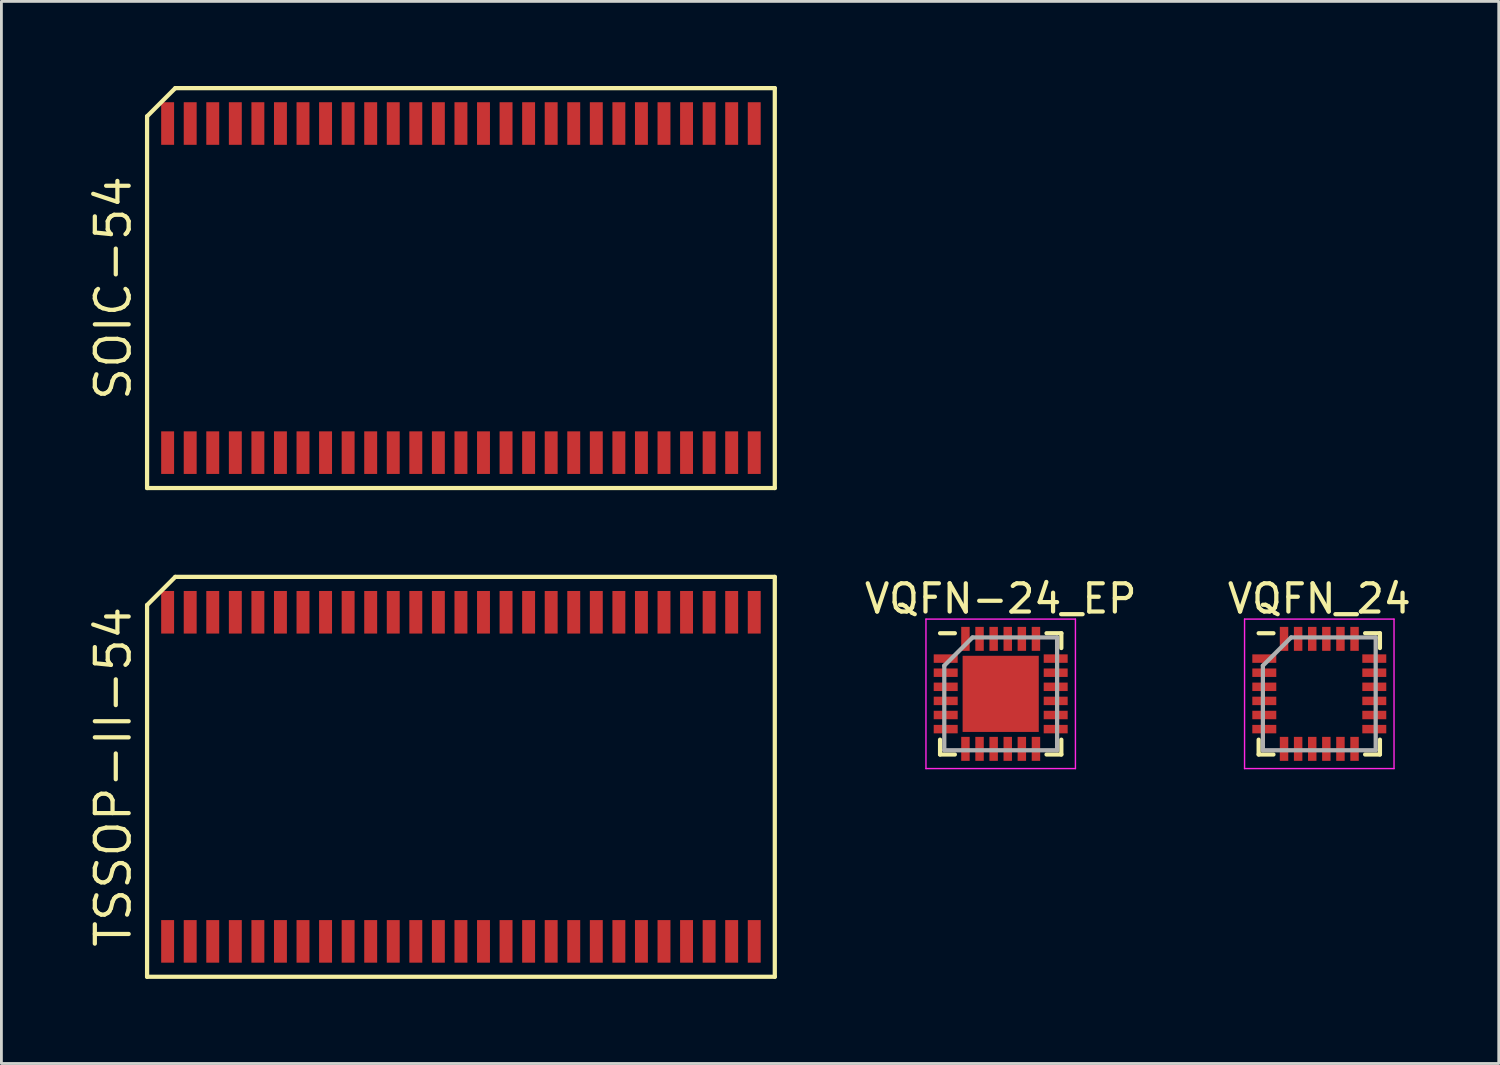
<source format=kicad_pcb>
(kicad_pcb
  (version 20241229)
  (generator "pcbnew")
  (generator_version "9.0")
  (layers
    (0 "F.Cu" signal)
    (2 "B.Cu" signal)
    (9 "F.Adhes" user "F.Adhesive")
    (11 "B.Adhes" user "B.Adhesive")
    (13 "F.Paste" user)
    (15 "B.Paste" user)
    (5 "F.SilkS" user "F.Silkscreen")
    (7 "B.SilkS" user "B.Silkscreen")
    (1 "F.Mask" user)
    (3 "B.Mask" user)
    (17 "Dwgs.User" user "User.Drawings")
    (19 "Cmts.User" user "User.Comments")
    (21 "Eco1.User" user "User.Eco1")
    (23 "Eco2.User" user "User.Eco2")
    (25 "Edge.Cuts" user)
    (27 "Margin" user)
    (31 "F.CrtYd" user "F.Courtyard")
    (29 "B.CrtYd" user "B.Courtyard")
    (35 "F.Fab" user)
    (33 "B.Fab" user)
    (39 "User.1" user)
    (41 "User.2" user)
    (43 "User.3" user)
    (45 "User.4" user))
  (footprint "TSSOP-II-54"
    (layer "F.Cu")
    (at 13.294 24.495)
    (property "Reference" "TSSOP-II-54" (at -12.329 0 90) (layer "F.SilkS") (effects (font (size 1.2 1.2) (thickness 0.15))))
    (attr through_hole)
    (fp_line (start -11.129 -6.09) (end -11.129 7.09) (stroke (width 0.15) (type solid)) (layer "F.SilkS"))
    (fp_line (start -11.129 7.09) (end 11.129 7.09) (stroke (width 0.15) (type solid)) (layer "F.SilkS"))
    (fp_line (start -10.129 -7.09) (end -11.129 -6.09) (stroke (width 0.15) (type solid)) (layer "F.SilkS"))
    (fp_line (start 11.129 -7.09) (end -10.129 -7.09) (stroke (width 0.15) (type solid)) (layer "F.SilkS"))
    (fp_line (start 11.129 7.09) (end 11.129 -7.09) (stroke (width 0.15) (type solid)) (layer "F.SilkS"))
    (pad "1" smd rect (at -10.4 5.835) (size 0.458 1.51) (layers "F.Cu" "F.Mask" "F.Paste"))
    (pad "2" smd rect (at -9.6 5.835) (size 0.458 1.51) (layers "F.Cu" "F.Mask" "F.Paste"))
    (pad "3" smd rect (at -8.8 5.835) (size 0.458 1.51) (layers "F.Cu" "F.Mask" "F.Paste"))
    (pad "4" smd rect (at -8 5.835) (size 0.458 1.51) (layers "F.Cu" "F.Mask" "F.Paste"))
    (pad "5" smd rect (at -7.2 5.835) (size 0.458 1.51) (layers "F.Cu" "F.Mask" "F.Paste"))
    (pad "6" smd rect (at -6.4 5.835) (size 0.458 1.51) (layers "F.Cu" "F.Mask" "F.Paste"))
    (pad "7" smd rect (at -5.6 5.835) (size 0.458 1.51) (layers "F.Cu" "F.Mask" "F.Paste"))
    (pad "8" smd rect (at -4.8 5.835) (size 0.458 1.51) (layers "F.Cu" "F.Mask" "F.Paste"))
    (pad "9" smd rect (at -4 5.835) (size 0.458 1.51) (layers "F.Cu" "F.Mask" "F.Paste"))
    (pad "10" smd rect (at -3.2 5.835) (size 0.458 1.51) (layers "F.Cu" "F.Mask" "F.Paste"))
    (pad "11" smd rect (at -2.4 5.835) (size 0.458 1.51) (layers "F.Cu" "F.Mask" "F.Paste"))
    (pad "12" smd rect (at -1.6 5.835) (size 0.458 1.51) (layers "F.Cu" "F.Mask" "F.Paste"))
    (pad "13" smd rect (at -0.8 5.835) (size 0.458 1.51) (layers "F.Cu" "F.Mask" "F.Paste"))
    (pad "14" smd rect (at 0 5.835) (size 0.458 1.51) (layers "F.Cu" "F.Mask" "F.Paste"))
    (pad "15" smd rect (at 0.8 5.835) (size 0.458 1.51) (layers "F.Cu" "F.Mask" "F.Paste"))
    (pad "16" smd rect (at 1.6 5.835) (size 0.458 1.51) (layers "F.Cu" "F.Mask" "F.Paste"))
    (pad "17" smd rect (at 2.4 5.835) (size 0.458 1.51) (layers "F.Cu" "F.Mask" "F.Paste"))
    (pad "18" smd rect (at 3.2 5.835) (size 0.458 1.51) (layers "F.Cu" "F.Mask" "F.Paste"))
    (pad "19" smd rect (at 4 5.835) (size 0.458 1.51) (layers "F.Cu" "F.Mask" "F.Paste"))
    (pad "20" smd rect (at 4.8 5.835) (size 0.458 1.51) (layers "F.Cu" "F.Mask" "F.Paste"))
    (pad "21" smd rect (at 5.6 5.835) (size 0.458 1.51) (layers "F.Cu" "F.Mask" "F.Paste"))
    (pad "22" smd rect (at 6.4 5.835) (size 0.458 1.51) (layers "F.Cu" "F.Mask" "F.Paste"))
    (pad "23" smd rect (at 7.2 5.835) (size 0.458 1.51) (layers "F.Cu" "F.Mask" "F.Paste"))
    (pad "24" smd rect (at 8 5.835) (size 0.458 1.51) (layers "F.Cu" "F.Mask" "F.Paste"))
    (pad "25" smd rect (at 8.8 5.835) (size 0.458 1.51) (layers "F.Cu" "F.Mask" "F.Paste"))
    (pad "26" smd rect (at 9.6 5.835) (size 0.458 1.51) (layers "F.Cu" "F.Mask" "F.Paste"))
    (pad "27" smd rect (at 10.4 5.835) (size 0.458 1.51) (layers "F.Cu" "F.Mask" "F.Paste"))
    (pad "28" smd rect (at 10.4 -5.835) (size 0.458 1.51) (layers "F.Cu" "F.Mask" "F.Paste"))
    (pad "29" smd rect (at 9.6 -5.835) (size 0.458 1.51) (layers "F.Cu" "F.Mask" "F.Paste"))
    (pad "30" smd rect (at 8.8 -5.835) (size 0.458 1.51) (layers "F.Cu" "F.Mask" "F.Paste"))
    (pad "31" smd rect (at 8 -5.835) (size 0.458 1.51) (layers "F.Cu" "F.Mask" "F.Paste"))
    (pad "32" smd rect (at 7.2 -5.835) (size 0.458 1.51) (layers "F.Cu" "F.Mask" "F.Paste"))
    (pad "33" smd rect (at 6.4 -5.835) (size 0.458 1.51) (layers "F.Cu" "F.Mask" "F.Paste"))
    (pad "34" smd rect (at 5.6 -5.835) (size 0.458 1.51) (layers "F.Cu" "F.Mask" "F.Paste"))
    (pad "35" smd rect (at 4.8 -5.835) (size 0.458 1.51) (layers "F.Cu" "F.Mask" "F.Paste"))
    (pad "36" smd rect (at 4 -5.835) (size 0.458 1.51) (layers "F.Cu" "F.Mask" "F.Paste"))
    (pad "37" smd rect (at 3.2 -5.835) (size 0.458 1.51) (layers "F.Cu" "F.Mask" "F.Paste"))
    (pad "38" smd rect (at 2.4 -5.835) (size 0.458 1.51) (layers "F.Cu" "F.Mask" "F.Paste"))
    (pad "39" smd rect (at 1.6 -5.835) (size 0.458 1.51) (layers "F.Cu" "F.Mask" "F.Paste"))
    (pad "40" smd rect (at 0.8 -5.835) (size 0.458 1.51) (layers "F.Cu" "F.Mask" "F.Paste"))
    (pad "41" smd rect (at 0 -5.835) (size 0.458 1.51) (layers "F.Cu" "F.Mask" "F.Paste"))
    (pad "42" smd rect (at -0.8 -5.835) (size 0.458 1.51) (layers "F.Cu" "F.Mask" "F.Paste"))
    (pad "43" smd rect (at -1.6 -5.835) (size 0.458 1.51) (layers "F.Cu" "F.Mask" "F.Paste"))
    (pad "44" smd rect (at -2.4 -5.835) (size 0.458 1.51) (layers "F.Cu" "F.Mask" "F.Paste"))
    (pad "45" smd rect (at -3.2 -5.835) (size 0.458 1.51) (layers "F.Cu" "F.Mask" "F.Paste"))
    (pad "46" smd rect (at -4 -5.835) (size 0.458 1.51) (layers "F.Cu" "F.Mask" "F.Paste"))
    (pad "47" smd rect (at -4.8 -5.835) (size 0.458 1.51) (layers "F.Cu" "F.Mask" "F.Paste"))
    (pad "48" smd rect (at -5.6 -5.835) (size 0.458 1.51) (layers "F.Cu" "F.Mask" "F.Paste"))
    (pad "49" smd rect (at -6.4 -5.835) (size 0.458 1.51) (layers "F.Cu" "F.Mask" "F.Paste"))
    (pad "50" smd rect (at -7.2 -5.835) (size 0.458 1.51) (layers "F.Cu" "F.Mask" "F.Paste"))
    (pad "51" smd rect (at -8 -5.835) (size 0.458 1.51) (layers "F.Cu" "F.Mask" "F.Paste"))
    (pad "52" smd rect (at -8.8 -5.835) (size 0.458 1.51) (layers "F.Cu" "F.Mask" "F.Paste"))
    (pad "53" smd rect (at -9.6 -5.835) (size 0.458 1.51) (layers "F.Cu" "F.Mask" "F.Paste"))
    (pad "54" smd rect (at -10.4 -5.835) (size 0.458 1.51) (layers "F.Cu" "F.Mask" "F.Paste")))
  (footprint "SOIC-54"
    (layer "F.Cu")
    (at 13.294 7.165)
    (property "Reference" "SOIC-54" (at -12.329 0 90) (layer "F.SilkS") (effects (font (size 1.2 1.2) (thickness 0.15))))
    (attr through_hole)
    (fp_line (start -11.129 -6.09) (end -11.129 7.09) (stroke (width 0.15) (type solid)) (layer "F.SilkS"))
    (fp_line (start -11.129 7.09) (end 11.129 7.09) (stroke (width 0.15) (type solid)) (layer "F.SilkS"))
    (fp_line (start -10.129 -7.09) (end -11.129 -6.09) (stroke (width 0.15) (type solid)) (layer "F.SilkS"))
    (fp_line (start 11.129 -7.09) (end -10.129 -7.09) (stroke (width 0.15) (type solid)) (layer "F.SilkS"))
    (fp_line (start 11.129 7.09) (end 11.129 -7.09) (stroke (width 0.15) (type solid)) (layer "F.SilkS"))
    (pad "1" smd rect (at -10.4 5.835) (size 0.458 1.51) (layers "F.Cu" "F.Mask" "F.Paste"))
    (pad "2" smd rect (at -9.6 5.835) (size 0.458 1.51) (layers "F.Cu" "F.Mask" "F.Paste"))
    (pad "3" smd rect (at -8.8 5.835) (size 0.458 1.51) (layers "F.Cu" "F.Mask" "F.Paste"))
    (pad "4" smd rect (at -8 5.835) (size 0.458 1.51) (layers "F.Cu" "F.Mask" "F.Paste"))
    (pad "5" smd rect (at -7.2 5.835) (size 0.458 1.51) (layers "F.Cu" "F.Mask" "F.Paste"))
    (pad "6" smd rect (at -6.4 5.835) (size 0.458 1.51) (layers "F.Cu" "F.Mask" "F.Paste"))
    (pad "7" smd rect (at -5.6 5.835) (size 0.458 1.51) (layers "F.Cu" "F.Mask" "F.Paste"))
    (pad "8" smd rect (at -4.8 5.835) (size 0.458 1.51) (layers "F.Cu" "F.Mask" "F.Paste"))
    (pad "9" smd rect (at -4 5.835) (size 0.458 1.51) (layers "F.Cu" "F.Mask" "F.Paste"))
    (pad "10" smd rect (at -3.2 5.835) (size 0.458 1.51) (layers "F.Cu" "F.Mask" "F.Paste"))
    (pad "11" smd rect (at -2.4 5.835) (size 0.458 1.51) (layers "F.Cu" "F.Mask" "F.Paste"))
    (pad "12" smd rect (at -1.6 5.835) (size 0.458 1.51) (layers "F.Cu" "F.Mask" "F.Paste"))
    (pad "13" smd rect (at -0.8 5.835) (size 0.458 1.51) (layers "F.Cu" "F.Mask" "F.Paste"))
    (pad "14" smd rect (at 0 5.835) (size 0.458 1.51) (layers "F.Cu" "F.Mask" "F.Paste"))
    (pad "15" smd rect (at 0.8 5.835) (size 0.458 1.51) (layers "F.Cu" "F.Mask" "F.Paste"))
    (pad "16" smd rect (at 1.6 5.835) (size 0.458 1.51) (layers "F.Cu" "F.Mask" "F.Paste"))
    (pad "17" smd rect (at 2.4 5.835) (size 0.458 1.51) (layers "F.Cu" "F.Mask" "F.Paste"))
    (pad "18" smd rect (at 3.2 5.835) (size 0.458 1.51) (layers "F.Cu" "F.Mask" "F.Paste"))
    (pad "19" smd rect (at 4 5.835) (size 0.458 1.51) (layers "F.Cu" "F.Mask" "F.Paste"))
    (pad "20" smd rect (at 4.8 5.835) (size 0.458 1.51) (layers "F.Cu" "F.Mask" "F.Paste"))
    (pad "21" smd rect (at 5.6 5.835) (size 0.458 1.51) (layers "F.Cu" "F.Mask" "F.Paste"))
    (pad "22" smd rect (at 6.4 5.835) (size 0.458 1.51) (layers "F.Cu" "F.Mask" "F.Paste"))
    (pad "23" smd rect (at 7.2 5.835) (size 0.458 1.51) (layers "F.Cu" "F.Mask" "F.Paste"))
    (pad "24" smd rect (at 8 5.835) (size 0.458 1.51) (layers "F.Cu" "F.Mask" "F.Paste"))
    (pad "25" smd rect (at 8.8 5.835) (size 0.458 1.51) (layers "F.Cu" "F.Mask" "F.Paste"))
    (pad "26" smd rect (at 9.6 5.835) (size 0.458 1.51) (layers "F.Cu" "F.Mask" "F.Paste"))
    (pad "27" smd rect (at 10.4 5.835) (size 0.458 1.51) (layers "F.Cu" "F.Mask" "F.Paste"))
    (pad "28" smd rect (at 10.4 -5.835) (size 0.458 1.51) (layers "F.Cu" "F.Mask" "F.Paste"))
    (pad "29" smd rect (at 9.6 -5.835) (size 0.458 1.51) (layers "F.Cu" "F.Mask" "F.Paste"))
    (pad "30" smd rect (at 8.8 -5.835) (size 0.458 1.51) (layers "F.Cu" "F.Mask" "F.Paste"))
    (pad "31" smd rect (at 8 -5.835) (size 0.458 1.51) (layers "F.Cu" "F.Mask" "F.Paste"))
    (pad "32" smd rect (at 7.2 -5.835) (size 0.458 1.51) (layers "F.Cu" "F.Mask" "F.Paste"))
    (pad "33" smd rect (at 6.4 -5.835) (size 0.458 1.51) (layers "F.Cu" "F.Mask" "F.Paste"))
    (pad "34" smd rect (at 5.6 -5.835) (size 0.458 1.51) (layers "F.Cu" "F.Mask" "F.Paste"))
    (pad "35" smd rect (at 4.8 -5.835) (size 0.458 1.51) (layers "F.Cu" "F.Mask" "F.Paste"))
    (pad "36" smd rect (at 4 -5.835) (size 0.458 1.51) (layers "F.Cu" "F.Mask" "F.Paste"))
    (pad "37" smd rect (at 3.2 -5.835) (size 0.458 1.51) (layers "F.Cu" "F.Mask" "F.Paste"))
    (pad "38" smd rect (at 2.4 -5.835) (size 0.458 1.51) (layers "F.Cu" "F.Mask" "F.Paste"))
    (pad "39" smd rect (at 1.6 -5.835) (size 0.458 1.51) (layers "F.Cu" "F.Mask" "F.Paste"))
    (pad "40" smd rect (at 0.8 -5.835) (size 0.458 1.51) (layers "F.Cu" "F.Mask" "F.Paste"))
    (pad "41" smd rect (at 0 -5.835) (size 0.458 1.51) (layers "F.Cu" "F.Mask" "F.Paste"))
    (pad "42" smd rect (at -0.8 -5.835) (size 0.458 1.51) (layers "F.Cu" "F.Mask" "F.Paste"))
    (pad "43" smd rect (at -1.6 -5.835) (size 0.458 1.51) (layers "F.Cu" "F.Mask" "F.Paste"))
    (pad "44" smd rect (at -2.4 -5.835) (size 0.458 1.51) (layers "F.Cu" "F.Mask" "F.Paste"))
    (pad "45" smd rect (at -3.2 -5.835) (size 0.458 1.51) (layers "F.Cu" "F.Mask" "F.Paste"))
    (pad "46" smd rect (at -4 -5.835) (size 0.458 1.51) (layers "F.Cu" "F.Mask" "F.Paste"))
    (pad "47" smd rect (at -4.8 -5.835) (size 0.458 1.51) (layers "F.Cu" "F.Mask" "F.Paste"))
    (pad "48" smd rect (at -5.6 -5.835) (size 0.458 1.51) (layers "F.Cu" "F.Mask" "F.Paste"))
    (pad "49" smd rect (at -6.4 -5.835) (size 0.458 1.51) (layers "F.Cu" "F.Mask" "F.Paste"))
    (pad "50" smd rect (at -7.2 -5.835) (size 0.458 1.51) (layers "F.Cu" "F.Mask" "F.Paste"))
    (pad "51" smd rect (at -8 -5.835) (size 0.458 1.51) (layers "F.Cu" "F.Mask" "F.Paste"))
    (pad "52" smd rect (at -8.8 -5.835) (size 0.458 1.51) (layers "F.Cu" "F.Mask" "F.Paste"))
    (pad "53" smd rect (at -9.6 -5.835) (size 0.458 1.51) (layers "F.Cu" "F.Mask" "F.Paste"))
    (pad "54" smd rect (at -10.4 -5.835) (size 0.458 1.51) (layers "F.Cu" "F.Mask" "F.Paste")))
  (footprint "VQFN-24_EP"
    (layer "F.Cu")
    (at 32.433 21.553)
    (property "Reference" "VQFN-24_EP" (at 0 -3.375 0) (layer "F.SilkS") (effects (font (size 1 1) (thickness 0.15))))
    (attr smd)
    (fp_line (start -2.15 -2.15) (end -1.625 -2.15) (stroke (width 0.15) (type solid)) (layer "F.SilkS"))
    (fp_line (start -2.15 2.15) (end -2.15 1.625) (stroke (width 0.15) (type solid)) (layer "F.SilkS"))
    (fp_line (start -2.15 2.15) (end -1.625 2.15) (stroke (width 0.15) (type solid)) (layer "F.SilkS"))
    (fp_line (start 2.15 -2.15) (end 1.625 -2.15) (stroke (width 0.15) (type solid)) (layer "F.SilkS"))
    (fp_line (start 2.15 -2.15) (end 2.15 -1.625) (stroke (width 0.15) (type solid)) (layer "F.SilkS"))
    (fp_line (start 2.15 2.15) (end 1.625 2.15) (stroke (width 0.15) (type solid)) (layer "F.SilkS"))
    (fp_line (start 2.15 2.15) (end 2.15 1.625) (stroke (width 0.15) (type solid)) (layer "F.SilkS"))
    (fp_line (start -2.65 -2.65) (end -2.65 2.65) (stroke (width 0.05) (type solid)) (layer "F.CrtYd"))
    (fp_line (start -2.65 -2.65) (end 2.65 -2.65) (stroke (width 0.05) (type solid)) (layer "F.CrtYd"))
    (fp_line (start -2.65 2.65) (end 2.65 2.65) (stroke (width 0.05) (type solid)) (layer "F.CrtYd"))
    (fp_line (start 2.65 -2.65) (end 2.65 2.65) (stroke (width 0.05) (type solid)) (layer "F.CrtYd"))
    (fp_line (start -2 -1) (end -1 -2) (stroke (width 0.15) (type solid)) (layer "F.Fab"))
    (fp_line (start -2 2) (end -2 -1) (stroke (width 0.15) (type solid)) (layer "F.Fab"))
    (fp_line (start -1 -2) (end 2 -2) (stroke (width 0.15) (type solid)) (layer "F.Fab"))
    (fp_line (start 2 -2) (end 2 2) (stroke (width 0.15) (type solid)) (layer "F.Fab"))
    (fp_line (start 2 2) (end -2 2) (stroke (width 0.15) (type solid)) (layer "F.Fab"))
    (pad "1" smd rect (at -1.95 -1.25) (size 0.85 0.3) (layers "F.Cu" "F.Mask" "F.Paste"))
    (pad "2" smd rect (at -1.95 -0.75) (size 0.85 0.3) (layers "F.Cu" "F.Mask" "F.Paste"))
    (pad "3" smd rect (at -1.95 -0.25) (size 0.85 0.3) (layers "F.Cu" "F.Mask" "F.Paste"))
    (pad "4" smd rect (at -1.95 0.25) (size 0.85 0.3) (layers "F.Cu" "F.Mask" "F.Paste"))
    (pad "5" smd rect (at -1.95 0.75) (size 0.85 0.3) (layers "F.Cu" "F.Mask" "F.Paste"))
    (pad "6" smd rect (at -1.95 1.25) (size 0.85 0.3) (layers "F.Cu" "F.Mask" "F.Paste"))
    (pad "7" smd rect (at -1.25 1.95 90) (size 0.85 0.3) (layers "F.Cu" "F.Mask" "F.Paste"))
    (pad "8" smd rect (at -0.75 1.95 90) (size 0.85 0.3) (layers "F.Cu" "F.Mask" "F.Paste"))
    (pad "9" smd rect (at -0.25 1.95 90) (size 0.85 0.3) (layers "F.Cu" "F.Mask" "F.Paste"))
    (pad "10" smd rect (at 0.25 1.95 90) (size 0.85 0.3) (layers "F.Cu" "F.Mask" "F.Paste"))
    (pad "11" smd rect (at 0.75 1.95 90) (size 0.85 0.3) (layers "F.Cu" "F.Mask" "F.Paste"))
    (pad "12" smd rect (at 1.25 1.95 90) (size 0.85 0.3) (layers "F.Cu" "F.Mask" "F.Paste"))
    (pad "13" smd rect (at 1.95 1.25) (size 0.85 0.3) (layers "F.Cu" "F.Mask" "F.Paste"))
    (pad "14" smd rect (at 1.95 0.75) (size 0.85 0.3) (layers "F.Cu" "F.Mask" "F.Paste"))
    (pad "15" smd rect (at 1.95 0.25) (size 0.85 0.3) (layers "F.Cu" "F.Mask" "F.Paste"))
    (pad "16" smd rect (at 1.95 -0.25) (size 0.85 0.3) (layers "F.Cu" "F.Mask" "F.Paste"))
    (pad "17" smd rect (at 1.95 -0.75) (size 0.85 0.3) (layers "F.Cu" "F.Mask" "F.Paste"))
    (pad "18" smd rect (at 1.95 -1.25) (size 0.85 0.3) (layers "F.Cu" "F.Mask" "F.Paste"))
    (pad "19" smd rect (at 1.25 -1.95 90) (size 0.85 0.3) (layers "F.Cu" "F.Mask" "F.Paste"))
    (pad "20" smd rect (at 0.75 -1.95 90) (size 0.85 0.3) (layers "F.Cu" "F.Mask" "F.Paste"))
    (pad "21" smd rect (at 0.25 -1.95 90) (size 0.85 0.3) (layers "F.Cu" "F.Mask" "F.Paste"))
    (pad "22" smd rect (at -0.25 -1.95 90) (size 0.85 0.3) (layers "F.Cu" "F.Mask" "F.Paste"))
    (pad "23" smd rect (at -0.75 -1.95 90) (size 0.85 0.3) (layers "F.Cu" "F.Mask" "F.Paste"))
    (pad "24" smd rect (at -1.25 -1.95 90) (size 0.85 0.3) (layers "F.Cu" "F.Mask" "F.Paste"))
    (pad "EP" smd rect (at 0 0) (size 2.7 2.7) (layers "F.Cu" "F.Mask" "F.Paste")))
  (footprint "VQFN_24"
    (layer "F.Cu")
    (at 43.73 21.553)
    (property "Reference" "VQFN_24" (at 0 -3.375 0) (layer "F.SilkS") (effects (font (size 1 1) (thickness 0.15))))
    (attr smd)
    (fp_line (start -2.15 -2.15) (end -1.625 -2.15) (stroke (width 0.15) (type solid)) (layer "F.SilkS"))
    (fp_line (start -2.15 2.15) (end -2.15 1.625) (stroke (width 0.15) (type solid)) (layer "F.SilkS"))
    (fp_line (start -2.15 2.15) (end -1.625 2.15) (stroke (width 0.15) (type solid)) (layer "F.SilkS"))
    (fp_line (start 2.15 -2.15) (end 1.625 -2.15) (stroke (width 0.15) (type solid)) (layer "F.SilkS"))
    (fp_line (start 2.15 -2.15) (end 2.15 -1.625) (stroke (width 0.15) (type solid)) (layer "F.SilkS"))
    (fp_line (start 2.15 2.15) (end 1.625 2.15) (stroke (width 0.15) (type solid)) (layer "F.SilkS"))
    (fp_line (start 2.15 2.15) (end 2.15 1.625) (stroke (width 0.15) (type solid)) (layer "F.SilkS"))
    (fp_line (start -2.65 -2.65) (end -2.65 2.65) (stroke (width 0.05) (type solid)) (layer "F.CrtYd"))
    (fp_line (start -2.65 -2.65) (end 2.65 -2.65) (stroke (width 0.05) (type solid)) (layer "F.CrtYd"))
    (fp_line (start -2.65 2.65) (end 2.65 2.65) (stroke (width 0.05) (type solid)) (layer "F.CrtYd"))
    (fp_line (start 2.65 -2.65) (end 2.65 2.65) (stroke (width 0.05) (type solid)) (layer "F.CrtYd"))
    (fp_line (start -2 -1) (end -1 -2) (stroke (width 0.15) (type solid)) (layer "F.Fab"))
    (fp_line (start -2 2) (end -2 -1) (stroke (width 0.15) (type solid)) (layer "F.Fab"))
    (fp_line (start -1 -2) (end 2 -2) (stroke (width 0.15) (type solid)) (layer "F.Fab"))
    (fp_line (start 2 -2) (end 2 2) (stroke (width 0.15) (type solid)) (layer "F.Fab"))
    (fp_line (start 2 2) (end -2 2) (stroke (width 0.15) (type solid)) (layer "F.Fab"))
    (pad "1" smd rect (at -1.95 -1.25) (size 0.85 0.3) (layers "F.Cu" "F.Mask" "F.Paste"))
    (pad "2" smd rect (at -1.95 -0.75) (size 0.85 0.3) (layers "F.Cu" "F.Mask" "F.Paste"))
    (pad "3" smd rect (at -1.95 -0.25) (size 0.85 0.3) (layers "F.Cu" "F.Mask" "F.Paste"))
    (pad "4" smd rect (at -1.95 0.25) (size 0.85 0.3) (layers "F.Cu" "F.Mask" "F.Paste"))
    (pad "5" smd rect (at -1.95 0.75) (size 0.85 0.3) (layers "F.Cu" "F.Mask" "F.Paste"))
    (pad "6" smd rect (at -1.95 1.25) (size 0.85 0.3) (layers "F.Cu" "F.Mask" "F.Paste"))
    (pad "7" smd rect (at -1.25 1.95 90) (size 0.85 0.3) (layers "F.Cu" "F.Mask" "F.Paste"))
    (pad "8" smd rect (at -0.75 1.95 90) (size 0.85 0.3) (layers "F.Cu" "F.Mask" "F.Paste"))
    (pad "9" smd rect (at -0.25 1.95 90) (size 0.85 0.3) (layers "F.Cu" "F.Mask" "F.Paste"))
    (pad "10" smd rect (at 0.25 1.95 90) (size 0.85 0.3) (layers "F.Cu" "F.Mask" "F.Paste"))
    (pad "11" smd rect (at 0.75 1.95 90) (size 0.85 0.3) (layers "F.Cu" "F.Mask" "F.Paste"))
    (pad "12" smd rect (at 1.25 1.95 90) (size 0.85 0.3) (layers "F.Cu" "F.Mask" "F.Paste"))
    (pad "13" smd rect (at 1.95 1.25) (size 0.85 0.3) (layers "F.Cu" "F.Mask" "F.Paste"))
    (pad "14" smd rect (at 1.95 0.75) (size 0.85 0.3) (layers "F.Cu" "F.Mask" "F.Paste"))
    (pad "15" smd rect (at 1.95 0.25) (size 0.85 0.3) (layers "F.Cu" "F.Mask" "F.Paste"))
    (pad "16" smd rect (at 1.95 -0.25) (size 0.85 0.3) (layers "F.Cu" "F.Mask" "F.Paste"))
    (pad "17" smd rect (at 1.95 -0.75) (size 0.85 0.3) (layers "F.Cu" "F.Mask" "F.Paste"))
    (pad "18" smd rect (at 1.95 -1.25) (size 0.85 0.3) (layers "F.Cu" "F.Mask" "F.Paste"))
    (pad "19" smd rect (at 1.25 -1.95 90) (size 0.85 0.3) (layers "F.Cu" "F.Mask" "F.Paste"))
    (pad "20" smd rect (at 0.75 -1.95 90) (size 0.85 0.3) (layers "F.Cu" "F.Mask" "F.Paste"))
    (pad "21" smd rect (at 0.25 -1.95 90) (size 0.85 0.3) (layers "F.Cu" "F.Mask" "F.Paste"))
    (pad "22" smd rect (at -0.25 -1.95 90) (size 0.85 0.3) (layers "F.Cu" "F.Mask" "F.Paste"))
    (pad "23" smd rect (at -0.75 -1.95 90) (size 0.85 0.3) (layers "F.Cu" "F.Mask" "F.Paste"))
    (pad "24" smd rect (at -1.25 -1.95 90) (size 0.85 0.3) (layers "F.Cu" "F.Mask" "F.Paste")))
  (gr_rect
    (start -3 -3)
    (end 50.093 34.66)
    (stroke (width 0.1) (type default))
    (fill no)
    (layer "Edge.Cuts")))
</source>
